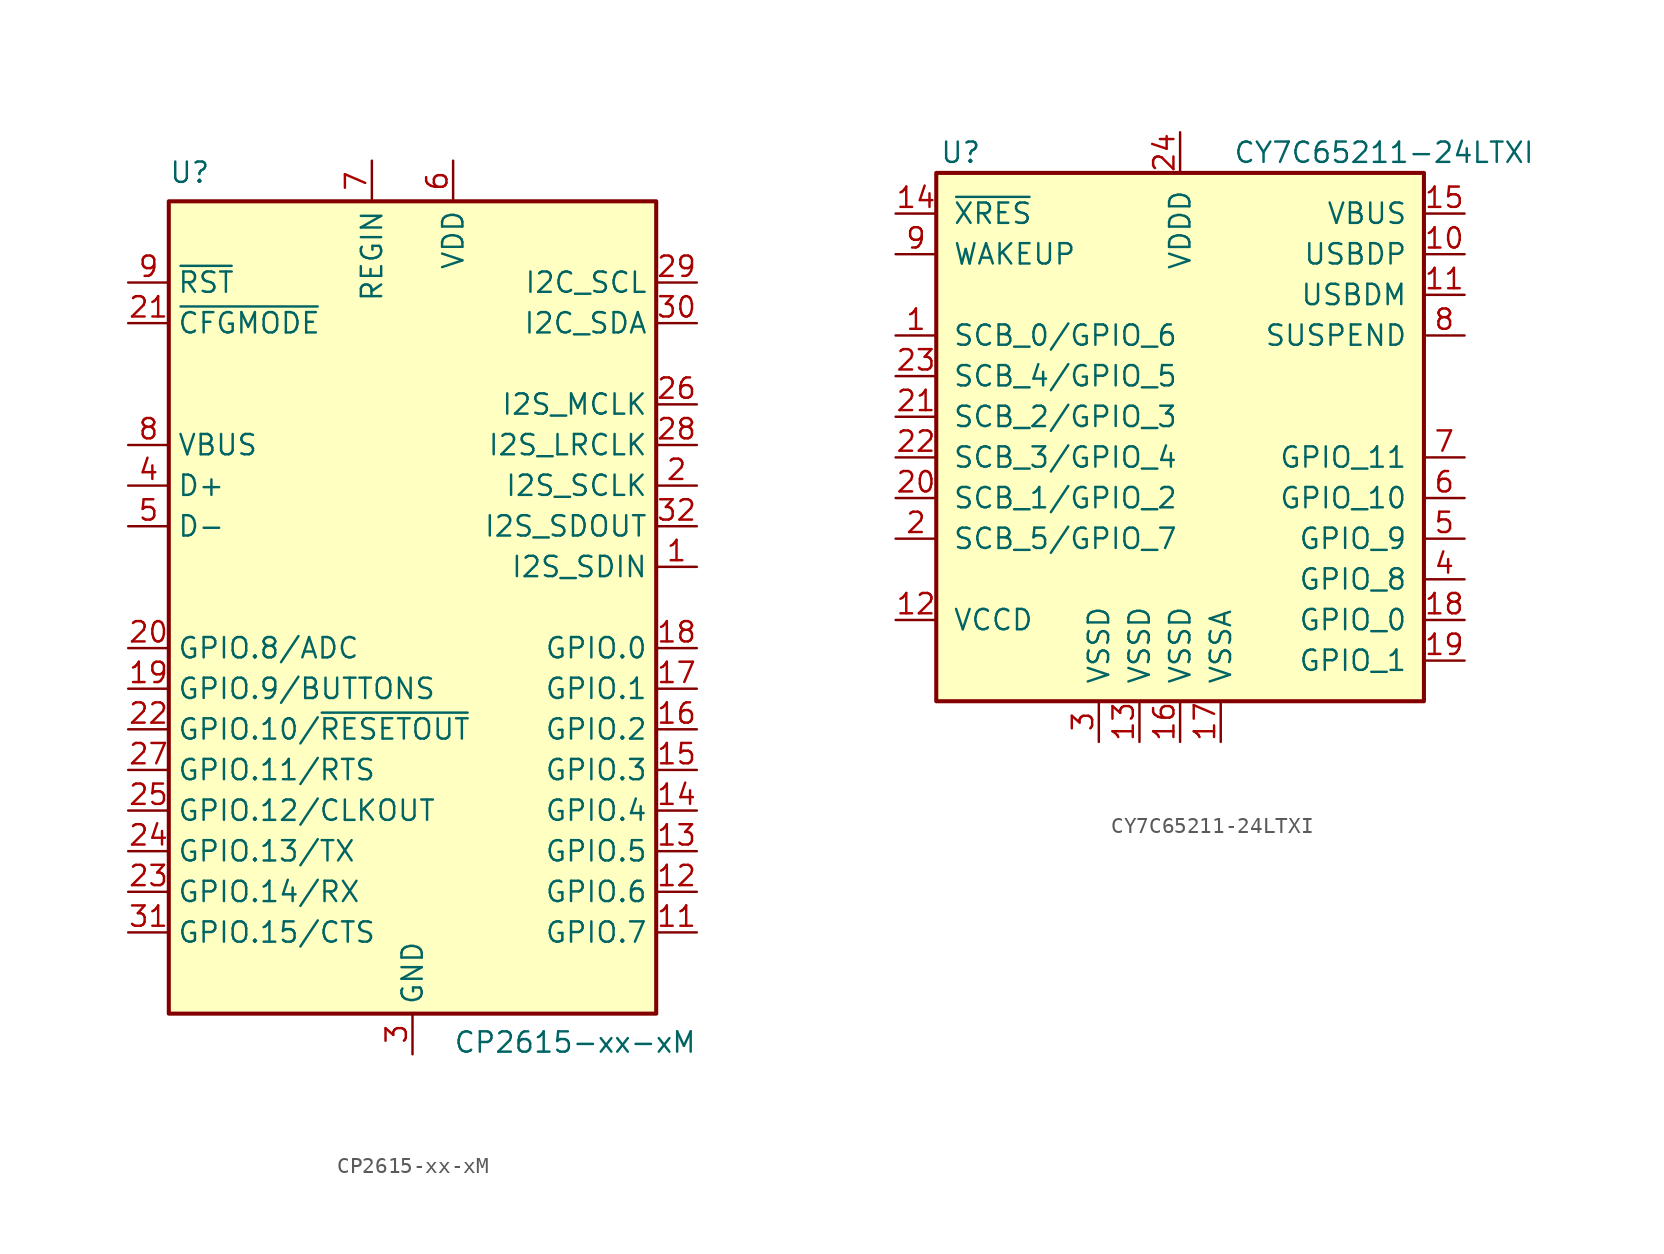
<source format=kicad_sym>
(kicad_symbol_lib
  (version 20211014)
  (generator kicad_symbol_editor)
  (symbol "CP2615-xx-xM"
    (property "Reference" "U"
      (at -15.24 27.94 0)
      (effects (font (size 1.27 1.27)) (justify left top)))
    (property "Value" "CP2615-xx-xM"
      (at 2.54 -27.94 0)
      (effects (font (size 1.27 1.27)) (justify left bottom)))
    (symbol "CP2615-xx-xM_0_0"
      (pin input line (at 17.78 2.54 180) (length 2.54) (name "I2S_SDIN" (effects (font (size 1.27 1.27)))) (number "1" (effects (font (size 1.27 1.27)))))
      (pin no_connect line (at -15.24 15.24 0) (length 2.54) hide (name "NC" (effects (font (size 1.27 1.27)))) (number "10" (effects (font (size 1.27 1.27)))))
      (pin bidirectional line (at 17.78 -20.32 180) (length 2.54) (name "GPIO.7" (effects (font (size 1.27 1.27)))) (number "11" (effects (font (size 1.27 1.27)))))
      (pin bidirectional line (at 17.78 -17.78 180) (length 2.54) (name "GPIO.6" (effects (font (size 1.27 1.27)))) (number "12" (effects (font (size 1.27 1.27)))))
      (pin output line (at 17.78 7.62 180) (length 2.54) (name "I2S_SCLK" (effects (font (size 1.27 1.27)))) (number "2" (effects (font (size 1.27 1.27)))))
      (pin input line (at -17.78 17.78 0) (length 2.54) (name "~{CFGMODE}" (effects (font (size 1.27 1.27)))) (number "21" (effects (font (size 1.27 1.27)))))
      (pin bidirectional line (at -17.78 -7.62 0) (length 2.54) (name "GPIO.10/~{RESETOUT}" (effects (font (size 1.27 1.27)))) (number "22" (effects (font (size 1.27 1.27)))))
      (pin bidirectional line (at -17.78 -17.78 0) (length 2.54) (name "GPIO.14/RX" (effects (font (size 1.27 1.27)))) (number "23" (effects (font (size 1.27 1.27)))))
      (pin bidirectional line (at -17.78 -15.24 0) (length 2.54) (name "GPIO.13/TX" (effects (font (size 1.27 1.27)))) (number "24" (effects (font (size 1.27 1.27)))))
      (pin bidirectional line (at -17.78 -12.7 0) (length 2.54) (name "GPIO.12/CLKOUT" (effects (font (size 1.27 1.27)))) (number "25" (effects (font (size 1.27 1.27)))))
      (pin output line (at 17.78 12.7 180) (length 2.54) (name "I2S_MCLK" (effects (font (size 1.27 1.27)))) (number "26" (effects (font (size 1.27 1.27)))))
      (pin bidirectional line (at -17.78 -10.16 0) (length 2.54) (name "GPIO.11/RTS" (effects (font (size 1.27 1.27)))) (number "27" (effects (font (size 1.27 1.27)))))
      (pin output line (at 17.78 10.16 180) (length 2.54) (name "I2S_LRCLK" (effects (font (size 1.27 1.27)))) (number "28" (effects (font (size 1.27 1.27)))))
      (pin bidirectional line (at 17.78 20.32 180) (length 2.54) (name "I2C_SCL" (effects (font (size 1.27 1.27)))) (number "29" (effects (font (size 1.27 1.27)))))
      (pin power_in line (at 0 -27.94 90) (length 2.54) (name "GND" (effects (font (size 1.27 1.27)))) (number "3" (effects (font (size 1.27 1.27)))))
      (pin bidirectional line (at 17.78 17.78 180) (length 2.54) (name "I2C_SDA" (effects (font (size 1.27 1.27)))) (number "30" (effects (font (size 1.27 1.27)))))
      (pin bidirectional line (at -17.78 -20.32 0) (length 2.54) (name "GPIO.15/CTS" (effects (font (size 1.27 1.27)))) (number "31" (effects (font (size 1.27 1.27)))))
      (pin output line (at 17.78 5.08 180) (length 2.54) (name "I2S_SDOUT" (effects (font (size 1.27 1.27)))) (number "32" (effects (font (size 1.27 1.27)))))
      (pin bidirectional line (at -17.78 7.62 0) (length 2.54) (name "D+" (effects (font (size 1.27 1.27)))) (number "4" (effects (font (size 1.27 1.27)))))
      (pin bidirectional line (at -17.78 5.08 0) (length 2.54) (name "D-" (effects (font (size 1.27 1.27)))) (number "5" (effects (font (size 1.27 1.27)))))
      (pin power_in line (at 2.54 27.94 270) (length 2.54) (name "VDD" (effects (font (size 1.27 1.27)))) (number "6" (effects (font (size 1.27 1.27)))))
      (pin power_in line (at -2.54 27.94 270) (length 2.54) (name "REGIN" (effects (font (size 1.27 1.27)))) (number "7" (effects (font (size 1.27 1.27)))))
      (pin input line (at -17.78 10.16 0) (length 2.54) (name "VBUS" (effects (font (size 1.27 1.27)))) (number "8" (effects (font (size 1.27 1.27)))))
      (pin bidirectional line (at -17.78 20.32 0) (length 2.54) (name "~{RST}" (effects (font (size 1.27 1.27)))) (number "9" (effects (font (size 1.27 1.27))))))
    (symbol "CP2615-xx-xM_0_1"
      (rectangle (start -15.24 -25.4) (end 15.24 25.4) (stroke (width 0.254) (type default) (color 0 0 0 0)) (fill (type background))))
    (symbol "CP2615-xx-xM_1_1"
      (pin bidirectional line (at 17.78 -15.24 180) (length 2.54) (name "GPIO.5" (effects (font (size 1.27 1.27)))) (number "13" (effects (font (size 1.27 1.27)))))
      (pin bidirectional line (at 17.78 -12.7 180) (length 2.54) (name "GPIO.4" (effects (font (size 1.27 1.27)))) (number "14" (effects (font (size 1.27 1.27)))))
      (pin bidirectional line (at 17.78 -10.16 180) (length 2.54) (name "GPIO.3" (effects (font (size 1.27 1.27)))) (number "15" (effects (font (size 1.27 1.27)))))
      (pin bidirectional line (at 17.78 -7.62 180) (length 2.54) (name "GPIO.2" (effects (font (size 1.27 1.27)))) (number "16" (effects (font (size 1.27 1.27)))))
      (pin bidirectional line (at 17.78 -5.08 180) (length 2.54) (name "GPIO.1" (effects (font (size 1.27 1.27)))) (number "17" (effects (font (size 1.27 1.27)))))
      (pin bidirectional line (at 17.78 -2.54 180) (length 2.54) (name "GPIO.0" (effects (font (size 1.27 1.27)))) (number "18" (effects (font (size 1.27 1.27)))))
      (pin bidirectional line (at -17.78 -5.08 0) (length 2.54) (name "GPIO.9/BUTTONS" (effects (font (size 1.27 1.27)))) (number "19" (effects (font (size 1.27 1.27)))))
      (pin bidirectional line (at -17.78 -2.54 0) (length 2.54) (name "GPIO.8/ADC" (effects (font (size 1.27 1.27)))) (number "20" (effects (font (size 1.27 1.27)))))
      (pin passive line (at 0 -27.94 90) (length 2.54) hide (name "GND" (effects (font (size 1.27 1.27)))) (number "33" (effects (font (size 1.27 1.27)))))))
  (symbol "CY7C65211-24LTXI"
    (pin_names
      (offset 1.016))
    (property "Reference" "U"
      (at -13.716 16.51 0)
      (effects (font (size 1.27 1.27))))
    (property "Value" "CY7C65211-24LTXI"
      (at 3.302 16.51 0)
      (effects (font (size 1.27 1.27)) (justify left)))
    (symbol "CY7C65211-24LTXI_0_1"
      (rectangle (start -15.24 15.24) (end 15.24 -17.78) (stroke (width 0.254) (type default) (color 0 0 0 0)) (fill (type background))))
    (symbol "CY7C65211-24LTXI_1_1"
      (pin bidirectional line (at -17.78 5.08 0) (length 2.54) (name "SCB_0/GPIO_6" (effects (font (size 1.27 1.27)))) (number "1" (effects (font (size 1.27 1.27)))))
      (pin bidirectional line (at 17.78 10.16 180) (length 2.54) (name "USBDP" (effects (font (size 1.27 1.27)))) (number "10" (effects (font (size 1.27 1.27)))))
      (pin bidirectional line (at 17.78 7.62 180) (length 2.54) (name "USBDM" (effects (font (size 1.27 1.27)))) (number "11" (effects (font (size 1.27 1.27)))))
      (pin power_in line (at -17.78 -12.7 0) (length 2.54) (name "VCCD" (effects (font (size 1.27 1.27)))) (number "12" (effects (font (size 1.27 1.27)))))
      (pin power_in line (at -2.54 -20.32 90) (length 2.54) (name "VSSD" (effects (font (size 1.27 1.27)))) (number "13" (effects (font (size 1.27 1.27)))))
      (pin input line (at -17.78 12.7 0) (length 2.54) (name "~{XRES}" (effects (font (size 1.27 1.27)))) (number "14" (effects (font (size 1.27 1.27)))))
      (pin power_out line (at 17.78 12.7 180) (length 2.54) (name "VBUS" (effects (font (size 1.27 1.27)))) (number "15" (effects (font (size 1.27 1.27)))))
      (pin power_in line (at 0 -20.32 90) (length 2.54) (name "VSSD" (effects (font (size 1.27 1.27)))) (number "16" (effects (font (size 1.27 1.27)))))
      (pin power_in line (at 2.54 -20.32 90) (length 2.54) (name "VSSA" (effects (font (size 1.27 1.27)))) (number "17" (effects (font (size 1.27 1.27)))))
      (pin tri_state line (at 17.78 -12.7 180) (length 2.54) (name "GPIO_0" (effects (font (size 1.27 1.27)))) (number "18" (effects (font (size 1.27 1.27)))))
      (pin tri_state line (at 17.78 -15.24 180) (length 2.54) (name "GPIO_1" (effects (font (size 1.27 1.27)))) (number "19" (effects (font (size 1.27 1.27)))))
      (pin bidirectional line (at -17.78 -7.62 0) (length 2.54) (name "SCB_5/GPIO_7" (effects (font (size 1.27 1.27)))) (number "2" (effects (font (size 1.27 1.27)))))
      (pin bidirectional line (at -17.78 -5.08 0) (length 2.54) (name "SCB_1/GPIO_2" (effects (font (size 1.27 1.27)))) (number "20" (effects (font (size 1.27 1.27)))))
      (pin bidirectional line (at -17.78 0 0) (length 2.54) (name "SCB_2/GPIO_3" (effects (font (size 1.27 1.27)))) (number "21" (effects (font (size 1.27 1.27)))))
      (pin bidirectional line (at -17.78 -2.54 0) (length 2.54) (name "SCB_3/GPIO_4" (effects (font (size 1.27 1.27)))) (number "22" (effects (font (size 1.27 1.27)))))
      (pin bidirectional line (at -17.78 2.54 0) (length 2.54) (name "SCB_4/GPIO_5" (effects (font (size 1.27 1.27)))) (number "23" (effects (font (size 1.27 1.27)))))
      (pin power_in line (at 0 17.78 270) (length 2.54) (name "VDDD" (effects (font (size 1.27 1.27)))) (number "24" (effects (font (size 1.27 1.27)))))
      (pin no_connect line (at -15.24 -15.24 0) (length 2.54) hide (name "1EP" (effects (font (size 1.27 1.27)))) (number "25" (effects (font (size 1.27 1.27)))))
      (pin power_in line (at -5.08 -20.32 90) (length 2.54) (name "VSSD" (effects (font (size 1.27 1.27)))) (number "3" (effects (font (size 1.27 1.27)))))
      (pin tri_state line (at 17.78 -10.16 180) (length 2.54) (name "GPIO_8" (effects (font (size 1.27 1.27)))) (number "4" (effects (font (size 1.27 1.27)))))
      (pin tri_state line (at 17.78 -7.62 180) (length 2.54) (name "GPIO_9" (effects (font (size 1.27 1.27)))) (number "5" (effects (font (size 1.27 1.27)))))
      (pin tri_state line (at 17.78 -5.08 180) (length 2.54) (name "GPIO_10" (effects (font (size 1.27 1.27)))) (number "6" (effects (font (size 1.27 1.27)))))
      (pin tri_state line (at 17.78 -2.54 180) (length 2.54) (name "GPIO_11" (effects (font (size 1.27 1.27)))) (number "7" (effects (font (size 1.27 1.27)))))
      (pin output line (at 17.78 5.08 180) (length 2.54) (name "SUSPEND" (effects (font (size 1.27 1.27)))) (number "8" (effects (font (size 1.27 1.27)))))
      (pin input line (at -17.78 10.16 0) (length 2.54) (name "WAKEUP" (effects (font (size 1.27 1.27)))) (number "9" (effects (font (size 1.27 1.27))))))))
</source>
